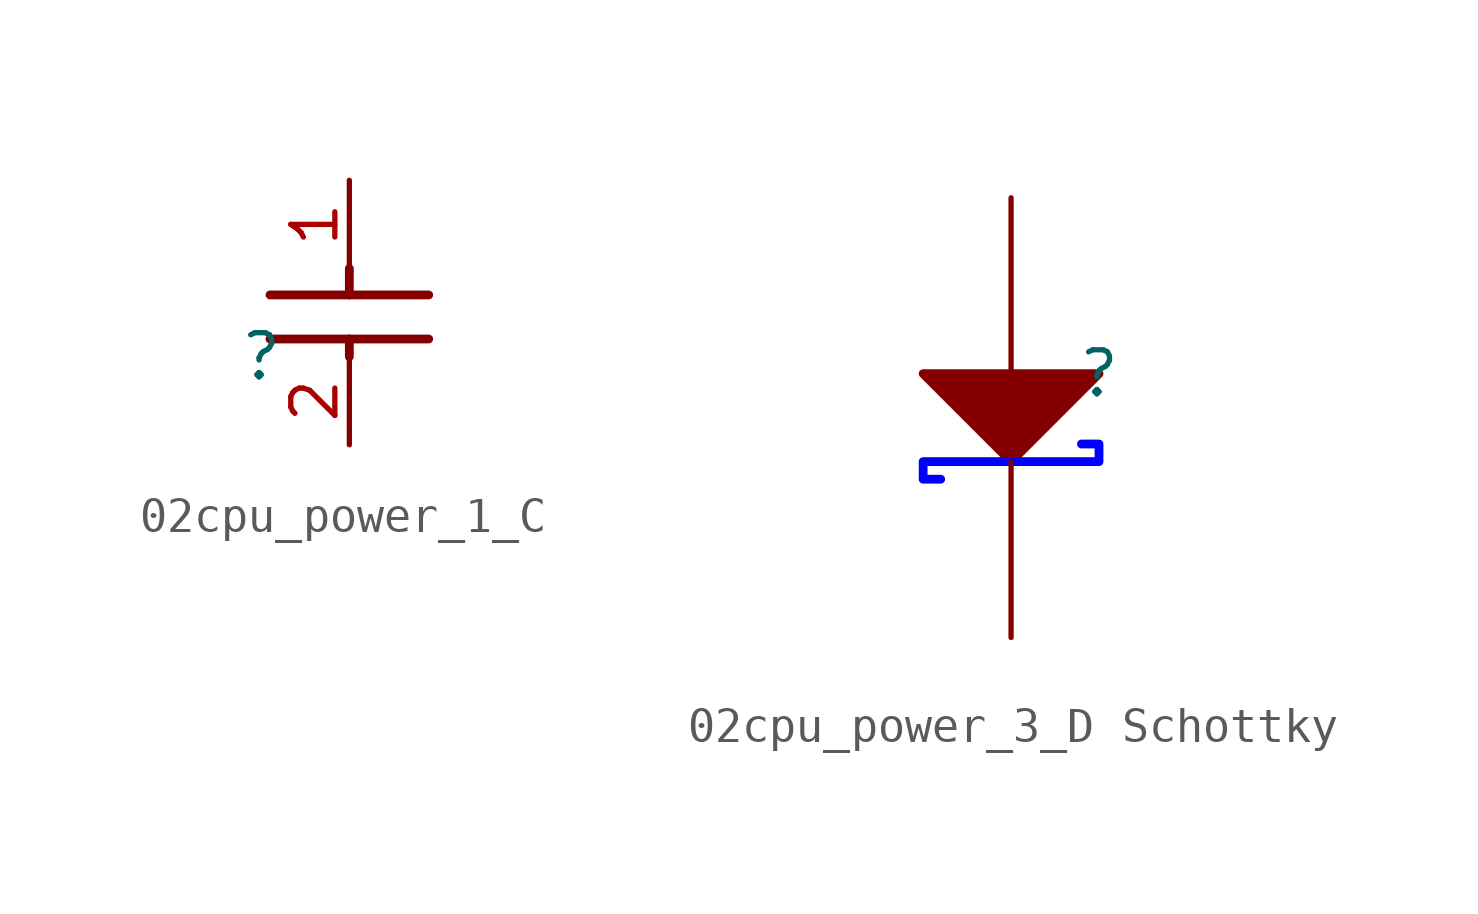
<source format=kicad_sym>
(kicad_symbol_lib
  (version 20220914)
  (generator kicad_symbol_editor)
  (symbol "02cpu_power_1_C"
    (property "Reference" ""
      (at 0 0 0)
      (effects (font (size 1.27 1.27))))
    (property "Value" ""
      (at 0 0 0)
      (effects (font (size 1.27 1.27))))
    (symbol "02cpu_power_1_C_1_0"
      (polyline (pts (xy 2.54 0.508) (xy 2.54 0)) (stroke (width 0.254) (type solid)) (fill (type none)))
      (polyline (pts (xy 2.54 1.778) (xy 2.54 2.54)) (stroke (width 0.254) (type solid)) (fill (type none)))
      (polyline (pts (xy 4.826 0.508) (xy 0.254 0.508)) (stroke (width 0.254) (type solid)) (fill (type none)))
      (polyline (pts (xy 4.826 1.778) (xy 0.254 1.778)) (stroke (width 0.254) (type solid)) (fill (type none)))
      (pin passive line (at 2.54 5.08 270) (length 2.54) (name "1" (effects (font (size 0 0)))) (number "1" (effects (font (size 1.27 1.27)))))
      (pin passive line (at 2.54 -2.54 90) (length 2.54) (name "2" (effects (font (size 0 0)))) (number "2" (effects (font (size 1.27 1.27)))))))
  (symbol "02cpu_power_3_D Schottky"
    (property "Reference" ""
      (at 0 0 0)
      (effects (font (size 1.27 1.27))))
    (property "Value" ""
      (at 0 0 0)
      (effects (font (size 1.27 1.27))))
    (symbol "02cpu_power_3_D Schottky_1_0"
      (polyline (pts (xy -5.08 0) (xy -2.54 -2.54) (xy 0 0) (xy -5.08 0)) (stroke (width 0.254) (type solid)) (fill (type outline)))
      (polyline (pts (xy -4.572 -3.048) (xy -5.08 -3.048) (xy -5.08 -2.54) (xy 0 -2.54) (xy 0 -2.032) (xy -0.508 -2.032)) (stroke (width 0.254) (type solid) (color 0 0 255 1)) (fill (type none)))
      (pin passive line (at -2.54 5.08 270) (length 5.08) (name "A" (effects (font (size 0 0)))) (number "1" (effects (font (size 0 0)))))
      (pin passive line (at -2.54 -7.62 90) (length 5.08) (name "K" (effects (font (size 0 0)))) (number "2" (effects (font (size 0 0))))))))
</source>
